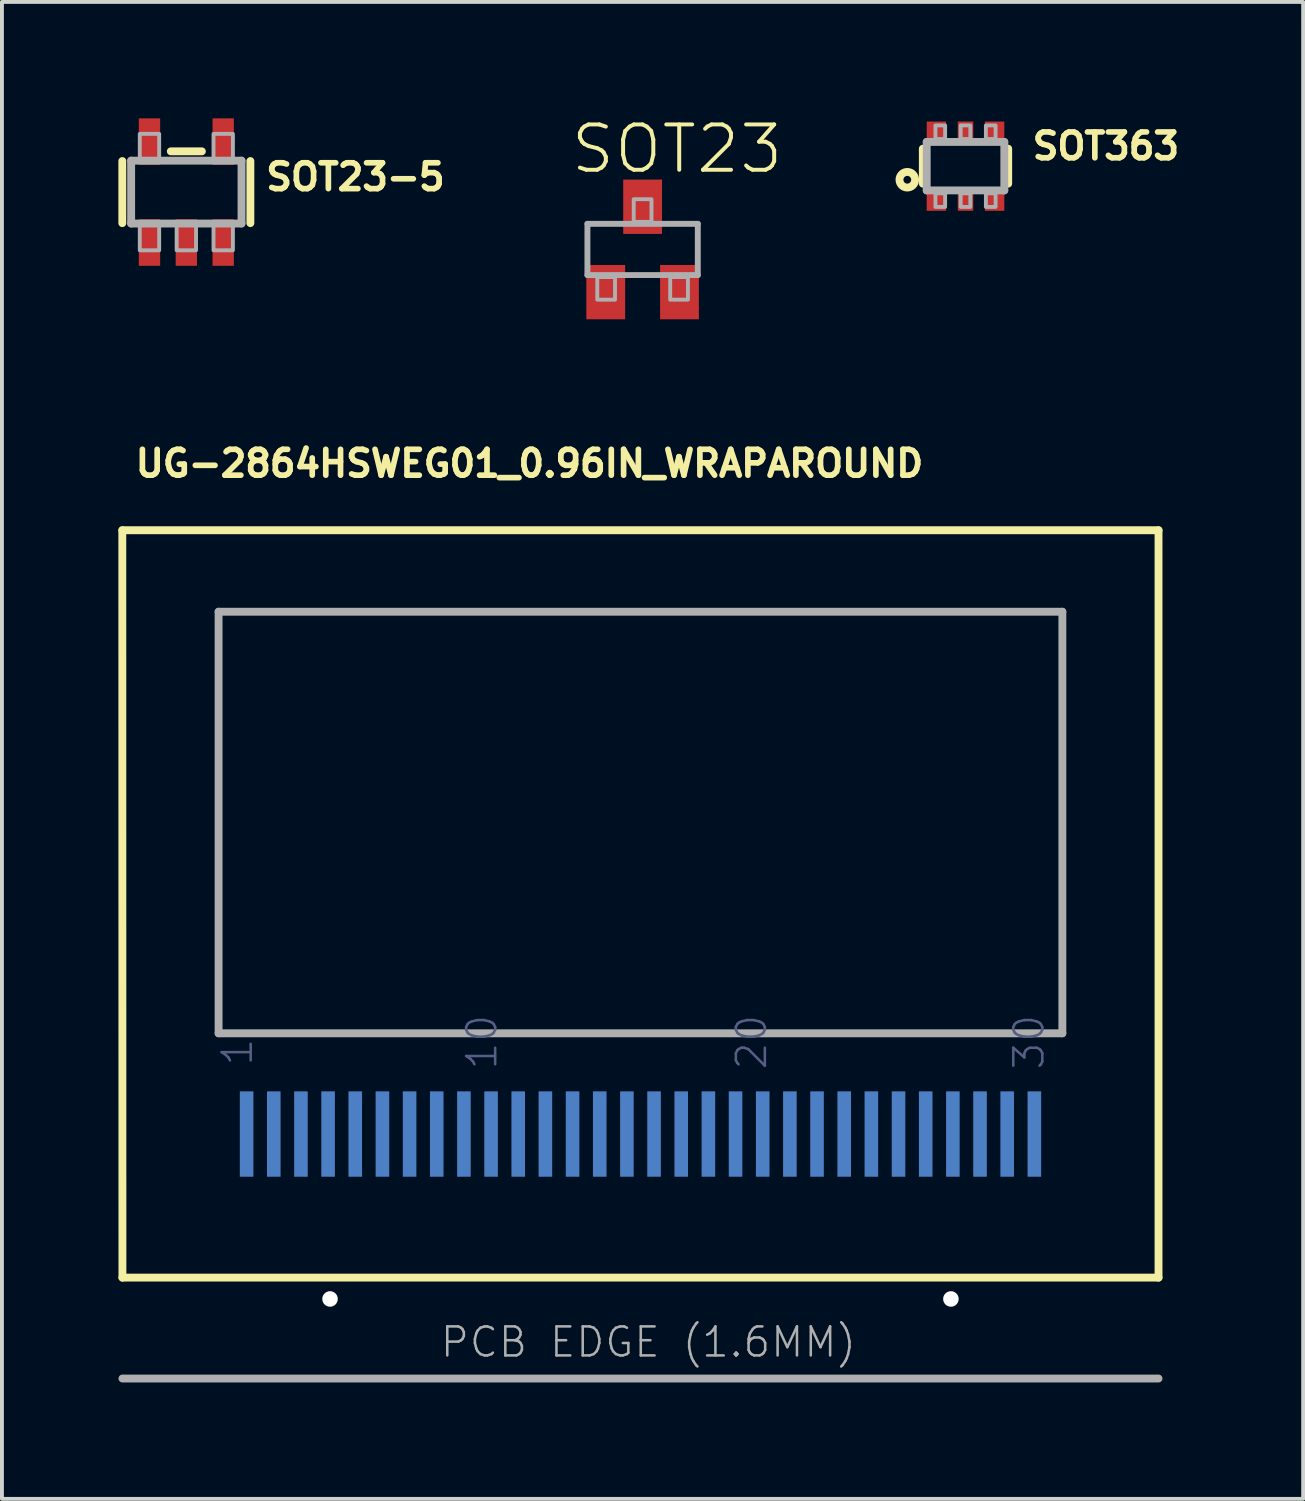
<source format=kicad_pcb>
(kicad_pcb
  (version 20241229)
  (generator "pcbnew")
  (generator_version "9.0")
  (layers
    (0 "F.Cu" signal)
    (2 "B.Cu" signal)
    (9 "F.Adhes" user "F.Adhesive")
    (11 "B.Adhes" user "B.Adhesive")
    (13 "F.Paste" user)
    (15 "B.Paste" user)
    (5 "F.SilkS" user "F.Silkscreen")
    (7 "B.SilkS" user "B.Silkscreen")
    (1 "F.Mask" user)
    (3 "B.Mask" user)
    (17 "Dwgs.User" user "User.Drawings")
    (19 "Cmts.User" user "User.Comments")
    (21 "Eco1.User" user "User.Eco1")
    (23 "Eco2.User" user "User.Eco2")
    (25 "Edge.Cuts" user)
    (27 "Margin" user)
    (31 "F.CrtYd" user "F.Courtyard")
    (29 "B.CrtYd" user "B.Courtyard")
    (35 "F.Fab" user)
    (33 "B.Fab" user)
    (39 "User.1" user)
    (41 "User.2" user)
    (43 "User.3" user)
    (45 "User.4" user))
  (footprint "SOT363"
    (layer "F.Cu")
    (at 21.831 1.232)
    (property "Reference" "SOT363" (at 1.651 -0.127 0) (layer "F.SilkS") (effects (font (size 0.666 0.666) (thickness 0.146)) (justify left bottom)))
    (fp_line (start -1.1 -0.45) (end -1.1 0.45) (stroke (width 0.203) (type solid)) (layer "F.SilkS"))
    (fp_line (start 1.1 -0.45) (end 1.1 0.45) (stroke (width 0.203) (type solid)) (layer "F.SilkS"))
    (fp_circle (center -1.5 0.35) (end -1.4 0.35) (stroke (width 0.203) (type solid)) (fill no) (layer "F.SilkS"))
    (fp_line (start -1 -0.625) (end 1 -0.625) (stroke (width 0.203) (type solid)) (layer "F.Fab"))
    (fp_line (start -1 0.625) (end -1 -0.625) (stroke (width 0.203) (type solid)) (layer "F.Fab"))
    (fp_line (start 1 -0.625) (end 1 0.625) (stroke (width 0.203) (type solid)) (layer "F.Fab"))
    (fp_line (start 1 0.625) (end -1 0.625) (stroke (width 0.203) (type solid)) (layer "F.Fab"))
    (fp_poly (pts (xy -0.775 -0.7) (xy -0.525 -0.7) (xy -0.525 -1.05) (xy -0.775 -1.05)) (stroke (width 0.1) (type solid)) (fill no) (layer "F.Fab"))
    (fp_poly (pts (xy -0.775 1.05) (xy -0.525 1.05) (xy -0.525 0.7) (xy -0.775 0.7)) (stroke (width 0.1) (type solid)) (fill no) (layer "F.Fab"))
    (fp_poly (pts (xy -0.125 -0.7) (xy 0.125 -0.7) (xy 0.125 -1.05) (xy -0.125 -1.05)) (stroke (width 0.1) (type solid)) (fill no) (layer "F.Fab"))
    (fp_poly (pts (xy -0.125 1.05) (xy 0.125 1.05) (xy 0.125 0.7) (xy -0.125 0.7)) (stroke (width 0.1) (type solid)) (fill no) (layer "F.Fab"))
    (fp_poly (pts (xy 0.525 -0.7) (xy 0.775 -0.7) (xy 0.775 -1.05) (xy 0.525 -1.05)) (stroke (width 0.1) (type solid)) (fill no) (layer "F.Fab"))
    (fp_poly (pts (xy 0.525 1.05) (xy 0.775 1.05) (xy 0.775 0.7) (xy 0.525 0.7)) (stroke (width 0.1) (type solid)) (fill no) (layer "F.Fab"))
    (pad "1" smd rect (at -0.75 0.9) (size 0.5 0.5) (layers "F.Cu" "F.Mask" "F.Paste"))
    (pad "2" smd rect (at 0 0.9) (size 0.4 0.5) (layers "F.Cu" "F.Mask" "F.Paste"))
    (pad "3" smd rect (at 0.75 0.9) (size 0.5 0.5) (layers "F.Cu" "F.Mask" "F.Paste"))
    (pad "4" smd rect (at 0.75 -0.9) (size 0.5 0.5) (layers "F.Cu" "F.Mask" "F.Paste"))
    (pad "5" smd rect (at 0 -0.9) (size 0.4 0.5) (layers "F.Cu" "F.Mask" "F.Paste"))
    (pad "6" smd rect (at -0.75 -0.9) (size 0.5 0.5) (layers "F.Cu" "F.Mask" "F.Paste")))
  (footprint "UG-2864HSWEG01_0.96IN_WRAPAROUND"
    (layer "F.Cu")
    (at 13.455 24.974)
    (property "Reference" "UG-2864HSWEG01_0.96IN_WRAPAROUND" (at -13.09 -15.69 0) (layer "F.SilkS") (effects (font (size 0.666 0.666) (thickness 0.146)) (justify left bottom)))
    (fp_line (start -13.353 -14.36) (end 13.35 -14.36) (stroke (width 0.203) (type solid)) (layer "F.SilkS"))
    (fp_line (start -13.35 4.9) (end -13.353 -14.36) (stroke (width 0.203) (type solid)) (layer "F.SilkS"))
    (fp_line (start 13.35 -14.36) (end 13.35 4.9) (stroke (width 0.203) (type solid)) (layer "F.SilkS"))
    (fp_line (start 13.35 4.9) (end -13.35 4.9) (stroke (width 0.203) (type solid)) (layer "F.SilkS"))
    (fp_line (start -10.872 -12.26) (end 10.872 -12.26) (stroke (width 0.203) (type solid)) (layer "F.Fab"))
    (fp_line (start -10.872 -1.396) (end -10.872 -12.26) (stroke (width 0.203) (type solid)) (layer "F.Fab"))
    (fp_line (start 10.872 -12.26) (end 10.872 -1.396) (stroke (width 0.203) (type solid)) (layer "F.Fab"))
    (fp_line (start 10.872 -1.396) (end -10.872 -1.396) (stroke (width 0.203) (type solid)) (layer "F.Fab"))
    (fp_line (start 13.35 7.5) (end -13.35 7.5) (stroke (width 0.203) (type solid)) (layer "F.Fab"))
    (fp_text user "30" (at 10.45 -0.412 90) (layer "B.Fab") (effects (font (size 0.748 0.748) (thickness 0.065)) (justify left bottom)))
    (fp_text user "1" (at -9.95 -0.512 90) (layer "B.Fab") (effects (font (size 0.748 0.748) (thickness 0.065)) (justify left bottom)))
    (fp_text user "10" (at -3.65 -0.412 90) (layer "B.Fab") (effects (font (size 0.748 0.748) (thickness 0.065)) (justify left bottom)))
    (fp_text user "20" (at 3.3 -0.412 90) (layer "B.Fab") (effects (font (size 0.748 0.748) (thickness 0.065)) (justify left bottom)))
    (fp_text user "PCB EDGE (1.6MM)" (at -5.2 7 0) (layer "F.Fab") (effects (font (size 0.748 0.748) (thickness 0.065)) (justify left bottom)))
    (pad "" np_thru_hole circle (at -8 5.45) (size 0.4 0.4) (drill 0.4) (layers "*.Cu" "*.Mask"))
    (pad "" np_thru_hole circle (at 8 5.45) (size 0.4 0.4) (drill 0.4) (layers "*.Cu" "*.Mask"))
    (pad "1" smd rect (at -10.15 1.2 90) (size 2.2 0.35) (layers "B.Cu" "B.Mask"))
    (pad "2" smd rect (at -9.45 1.2 90) (size 2.2 0.35) (layers "B.Cu" "B.Mask"))
    (pad "3" smd rect (at -8.75 1.2 90) (size 2.2 0.35) (layers "B.Cu" "B.Mask"))
    (pad "4" smd rect (at -8.05 1.2 90) (size 2.2 0.35) (layers "B.Cu" "B.Mask"))
    (pad "5" smd rect (at -7.35 1.2 90) (size 2.2 0.35) (layers "B.Cu" "B.Mask"))
    (pad "6" smd rect (at -6.65 1.2 90) (size 2.2 0.35) (layers "B.Cu" "B.Mask"))
    (pad "7" smd rect (at -5.95 1.2 90) (size 2.2 0.35) (layers "B.Cu" "B.Mask"))
    (pad "8" smd rect (at -5.25 1.2 90) (size 2.2 0.35) (layers "B.Cu" "B.Mask"))
    (pad "9" smd rect (at -4.55 1.2 90) (size 2.2 0.35) (layers "B.Cu" "B.Mask"))
    (pad "10" smd rect (at -3.85 1.2 90) (size 2.2 0.35) (layers "B.Cu" "B.Mask"))
    (pad "11" smd rect (at -3.15 1.2 90) (size 2.2 0.35) (layers "B.Cu" "B.Mask"))
    (pad "12" smd rect (at -2.45 1.2 90) (size 2.2 0.35) (layers "B.Cu" "B.Mask"))
    (pad "13" smd rect (at -1.75 1.2 90) (size 2.2 0.35) (layers "B.Cu" "B.Mask"))
    (pad "14" smd rect (at -1.05 1.2 90) (size 2.2 0.35) (layers "B.Cu" "B.Mask"))
    (pad "15" smd rect (at -0.35 1.2 90) (size 2.2 0.35) (layers "B.Cu" "B.Mask"))
    (pad "16" smd rect (at 0.35 1.2 90) (size 2.2 0.35) (layers "B.Cu" "B.Mask"))
    (pad "17" smd rect (at 1.05 1.2 90) (size 2.2 0.35) (layers "B.Cu" "B.Mask"))
    (pad "18" smd rect (at 1.75 1.2 90) (size 2.2 0.35) (layers "B.Cu" "B.Mask"))
    (pad "19" smd rect (at 2.45 1.2 90) (size 2.2 0.35) (layers "B.Cu" "B.Mask"))
    (pad "20" smd rect (at 3.15 1.2 90) (size 2.2 0.35) (layers "B.Cu" "B.Mask"))
    (pad "21" smd rect (at 3.85 1.2 90) (size 2.2 0.35) (layers "B.Cu" "B.Mask"))
    (pad "22" smd rect (at 4.55 1.2 90) (size 2.2 0.35) (layers "B.Cu" "B.Mask"))
    (pad "23" smd rect (at 5.25 1.2 90) (size 2.2 0.35) (layers "B.Cu" "B.Mask"))
    (pad "24" smd rect (at 5.95 1.2 90) (size 2.2 0.35) (layers "B.Cu" "B.Mask"))
    (pad "25" smd rect (at 6.65 1.2 90) (size 2.2 0.35) (layers "B.Cu" "B.Mask"))
    (pad "26" smd rect (at 7.35 1.2 90) (size 2.2 0.35) (layers "B.Cu" "B.Mask"))
    (pad "27" smd rect (at 8.05 1.2 90) (size 2.2 0.35) (layers "B.Cu" "B.Mask"))
    (pad "28" smd rect (at 8.75 1.2 90) (size 2.2 0.35) (layers "B.Cu" "B.Mask"))
    (pad "29" smd rect (at 9.45 1.2 90) (size 2.2 0.35) (layers "B.Cu" "B.Mask"))
    (pad "30" smd rect (at 10.15 1.2 90) (size 2.2 0.35) (layers "B.Cu" "B.Mask")))
  (footprint "SOT23-5"
    (layer "F.Cu")
    (at 1.752 1.9)
    (property "Reference" "SOT23-5" (at 1.978 0 0) (layer "F.SilkS") (effects (font (size 0.666 0.666) (thickness 0.146)) (justify left bottom)))
    (fp_line (start -1.65 -0.8) (end -1.65 0.8) (stroke (width 0.203) (type solid)) (layer "F.SilkS"))
    (fp_line (start -0.4 -1.05) (end 0.4 -1.05) (stroke (width 0.203) (type solid)) (layer "F.SilkS"))
    (fp_line (start 1.65 -0.8) (end 1.65 0.8) (stroke (width 0.203) (type solid)) (layer "F.SilkS"))
    (fp_line (start -1.422 -0.81) (end 1.422 -0.81) (stroke (width 0.203) (type solid)) (layer "F.Fab"))
    (fp_line (start -1.422 0.81) (end -1.422 -0.81) (stroke (width 0.203) (type solid)) (layer "F.Fab"))
    (fp_line (start 1.422 -0.81) (end 1.422 0.81) (stroke (width 0.203) (type solid)) (layer "F.Fab"))
    (fp_line (start 1.422 0.81) (end -1.422 0.81) (stroke (width 0.203) (type solid)) (layer "F.Fab"))
    (fp_poly (pts (xy -1.2 -0.85) (xy -0.7 -0.85) (xy -0.7 -1.5) (xy -1.2 -1.5)) (stroke (width 0.1) (type solid)) (fill no) (layer "F.Fab"))
    (fp_poly (pts (xy -1.2 1.5) (xy -0.7 1.5) (xy -0.7 0.85) (xy -1.2 0.85)) (stroke (width 0.1) (type solid)) (fill no) (layer "F.Fab"))
    (fp_poly (pts (xy -0.25 1.5) (xy 0.25 1.5) (xy 0.25 0.85) (xy -0.25 0.85)) (stroke (width 0.1) (type solid)) (fill no) (layer "F.Fab"))
    (fp_poly (pts (xy 0.7 -0.85) (xy 1.2 -0.85) (xy 1.2 -1.5) (xy 0.7 -1.5)) (stroke (width 0.1) (type solid)) (fill no) (layer "F.Fab"))
    (fp_poly (pts (xy 0.7 1.5) (xy 1.2 1.5) (xy 1.2 0.85) (xy 0.7 0.85)) (stroke (width 0.1) (type solid)) (fill no) (layer "F.Fab"))
    (pad "1" smd rect (at -0.95 1.3) (size 0.55 1.2) (layers "F.Cu" "F.Mask" "F.Paste"))
    (pad "2" smd rect (at 0 1.3) (size 0.55 1.2) (layers "F.Cu" "F.Mask" "F.Paste"))
    (pad "3" smd rect (at 0.95 1.3) (size 0.55 1.2) (layers "F.Cu" "F.Mask" "F.Paste"))
    (pad "4" smd rect (at 0.95 -1.3) (size 0.55 1.2) (layers "F.Cu" "F.Mask" "F.Paste"))
    (pad "5" smd rect (at -0.95 -1.3) (size 0.55 1.2) (layers "F.Cu" "F.Mask" "F.Paste")))
  (footprint "SOT23"
    (layer "F.Cu")
    (at 13.51 3.378)
    (property "Reference" "SOT23" (at -1.905 -1.905 0) (layer "F.SilkS") (effects (font (size 1.168 1.168) (thickness 0.102)) (justify left bottom)))
    (fp_line (start -1.422 -0.66) (end 1.422 -0.66) (stroke (width 0.152) (type solid)) (layer "F.Fab"))
    (fp_line (start -1.422 0.66) (end -1.422 -0.66) (stroke (width 0.152) (type solid)) (layer "F.Fab"))
    (fp_line (start 1.422 -0.66) (end 1.422 0.66) (stroke (width 0.152) (type solid)) (layer "F.Fab"))
    (fp_line (start 1.422 0.66) (end -1.422 0.66) (stroke (width 0.152) (type solid)) (layer "F.Fab"))
    (fp_poly (pts (xy -1.168 1.295) (xy -0.711 1.295) (xy -0.711 0.711) (xy -1.168 0.711)) (stroke (width 0.1) (type solid)) (fill no) (layer "F.Fab"))
    (fp_poly (pts (xy -0.229 -0.711) (xy 0.229 -0.711) (xy 0.229 -1.295) (xy -0.229 -1.295)) (stroke (width 0.1) (type solid)) (fill no) (layer "F.Fab"))
    (fp_poly (pts (xy 0.711 1.295) (xy 1.168 1.295) (xy 1.168 0.711) (xy 0.711 0.711)) (stroke (width 0.1) (type solid)) (fill no) (layer "F.Fab"))
    (pad "1" smd rect (at -0.95 1.1) (size 1 1.4) (layers "F.Cu" "F.Mask" "F.Paste"))
    (pad "2" smd rect (at 0.95 1.1) (size 1 1.4) (layers "F.Cu" "F.Mask" "F.Paste"))
    (pad "3" smd rect (at 0 -1.1) (size 1 1.4) (layers "F.Cu" "F.Mask" "F.Paste")))
  (gr_rect
    (start -3 -3)
    (end 30.532 35.575)
    (stroke (width 0.1) (type default))
    (fill no)
    (layer "Edge.Cuts")))
</source>
